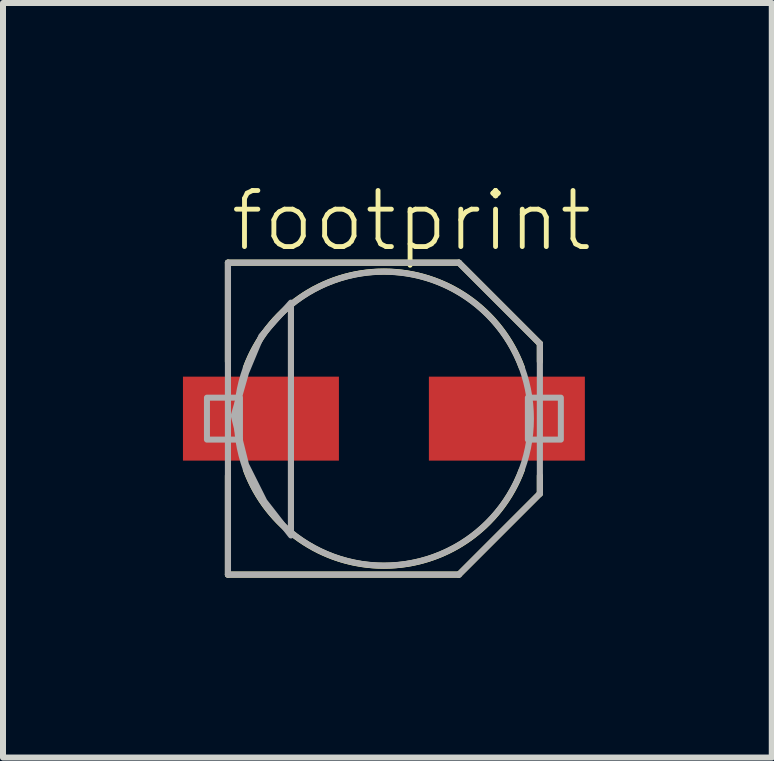
<source format=kicad_pcb>
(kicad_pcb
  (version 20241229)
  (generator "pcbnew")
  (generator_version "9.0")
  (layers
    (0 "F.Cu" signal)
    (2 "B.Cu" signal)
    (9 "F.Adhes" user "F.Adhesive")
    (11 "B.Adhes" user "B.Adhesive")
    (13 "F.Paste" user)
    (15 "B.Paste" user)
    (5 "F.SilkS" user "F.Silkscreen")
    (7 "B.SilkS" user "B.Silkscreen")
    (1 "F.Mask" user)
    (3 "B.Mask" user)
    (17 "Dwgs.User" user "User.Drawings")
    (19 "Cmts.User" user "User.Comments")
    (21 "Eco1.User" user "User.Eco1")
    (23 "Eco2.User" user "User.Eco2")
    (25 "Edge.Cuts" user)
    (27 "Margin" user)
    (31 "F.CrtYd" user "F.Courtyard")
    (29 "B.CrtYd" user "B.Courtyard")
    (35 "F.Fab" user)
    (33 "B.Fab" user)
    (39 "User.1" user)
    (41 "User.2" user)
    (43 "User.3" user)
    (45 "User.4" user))
  (footprint "footprint"
    (layer "F.Cu")
    (at 3.35 3.929)
    (property "Reference" "footprint" (at -2.6 -2.75 0) (layer "F.SilkS") (effects (font (size 0.935 0.935) (thickness 0.081)) (justify left bottom)))
    (fp_line (start -2.6 -2.6) (end 1.25 -2.6) (stroke (width 0.102) (type solid)) (layer "F.SilkS"))
    (fp_line (start -2.6 -0.95) (end -2.6 -2.6) (stroke (width 0.102) (type solid)) (layer "F.SilkS"))
    (fp_line (start -2.6 2.6) (end -2.6 0.95) (stroke (width 0.102) (type solid)) (layer "F.SilkS"))
    (fp_line (start 1.25 -2.6) (end 2.6 -1.25) (stroke (width 0.102) (type solid)) (layer "F.SilkS"))
    (fp_line (start 1.25 2.6) (end -2.6 2.6) (stroke (width 0.102) (type solid)) (layer "F.SilkS"))
    (fp_line (start 2.6 -1.25) (end 2.6 -0.95) (stroke (width 0.102) (type solid)) (layer "F.SilkS"))
    (fp_line (start 2.6 0.95) (end 2.6 1.25) (stroke (width 0.102) (type solid)) (layer "F.SilkS"))
    (fp_line (start 2.6 1.25) (end 1.25 2.6) (stroke (width 0.102) (type solid)) (layer "F.SilkS"))
    (fp_arc (start -2.3 -0.85) (mid 0 -2.45204) (end 2.3 -0.85) (stroke (width 0.1016) (type solid)) (layer "F.SilkS"))
    (fp_arc (start 2.3 0.85) (mid 0 2.45204) (end -2.3 0.85) (stroke (width 0.1016) (type solid)) (layer "F.SilkS"))
    (fp_line (start -2.6 -2.6) (end 1.25 -2.6) (stroke (width 0.102) (type solid)) (layer "F.Fab"))
    (fp_line (start -2.6 2.6) (end -2.6 -2.6) (stroke (width 0.102) (type solid)) (layer "F.Fab"))
    (fp_line (start -1.55 -1.85) (end -1.55 1.85) (stroke (width 0.102) (type solid)) (layer "F.Fab"))
    (fp_line (start 1.25 -2.6) (end 2.6 -1.25) (stroke (width 0.102) (type solid)) (layer "F.Fab"))
    (fp_line (start 1.25 2.6) (end -2.6 2.6) (stroke (width 0.102) (type solid)) (layer "F.Fab"))
    (fp_line (start 2.6 -1.25) (end 2.6 1.25) (stroke (width 0.102) (type solid)) (layer "F.Fab"))
    (fp_line (start 2.6 1.25) (end 1.25 2.6) (stroke (width 0.102) (type solid)) (layer "F.Fab"))
    (fp_circle (center 0 0) (end 2.45 0) (stroke (width 0.102) (type solid)) (fill no) (layer "F.Fab"))
    (fp_poly (pts (xy -2.95 0.35) (xy -2.4 0.35) (xy -2.4 -0.35) (xy -2.95 -0.35)) (stroke (width 0.1) (type solid)) (fill no) (layer "F.Fab"))
    (fp_poly (pts (xy 2.4 0.35) (xy 2.95 0.35) (xy 2.95 -0.35) (xy 2.4 -0.35)) (stroke (width 0.1) (type solid)) (fill no) (layer "F.Fab"))
    (fp_poly (pts (xy -1.549 1.948) (xy -1.993 1.377) (xy -2.298 0.768) (xy -2.503 -0.051) (xy -2.298 -0.767) (xy -2.044 -1.377) (xy -1.549 -1.934)) (stroke (width 0.1) (type solid)) (fill no) (layer "F.Fab"))
    (pad "+" smd rect (at 2.05 0) (size 2.6 1.4) (layers "F.Cu" "F.Mask" "F.Paste"))
    (pad "-" smd rect (at -2.05 0) (size 2.6 1.4) (layers "F.Cu" "F.Mask" "F.Paste")))
  (gr_rect
    (start -3 -3)
    (end 9.816 9.579)
    (stroke (width 0.1) (type default))
    (fill no)
    (layer "Edge.Cuts")))
</source>
